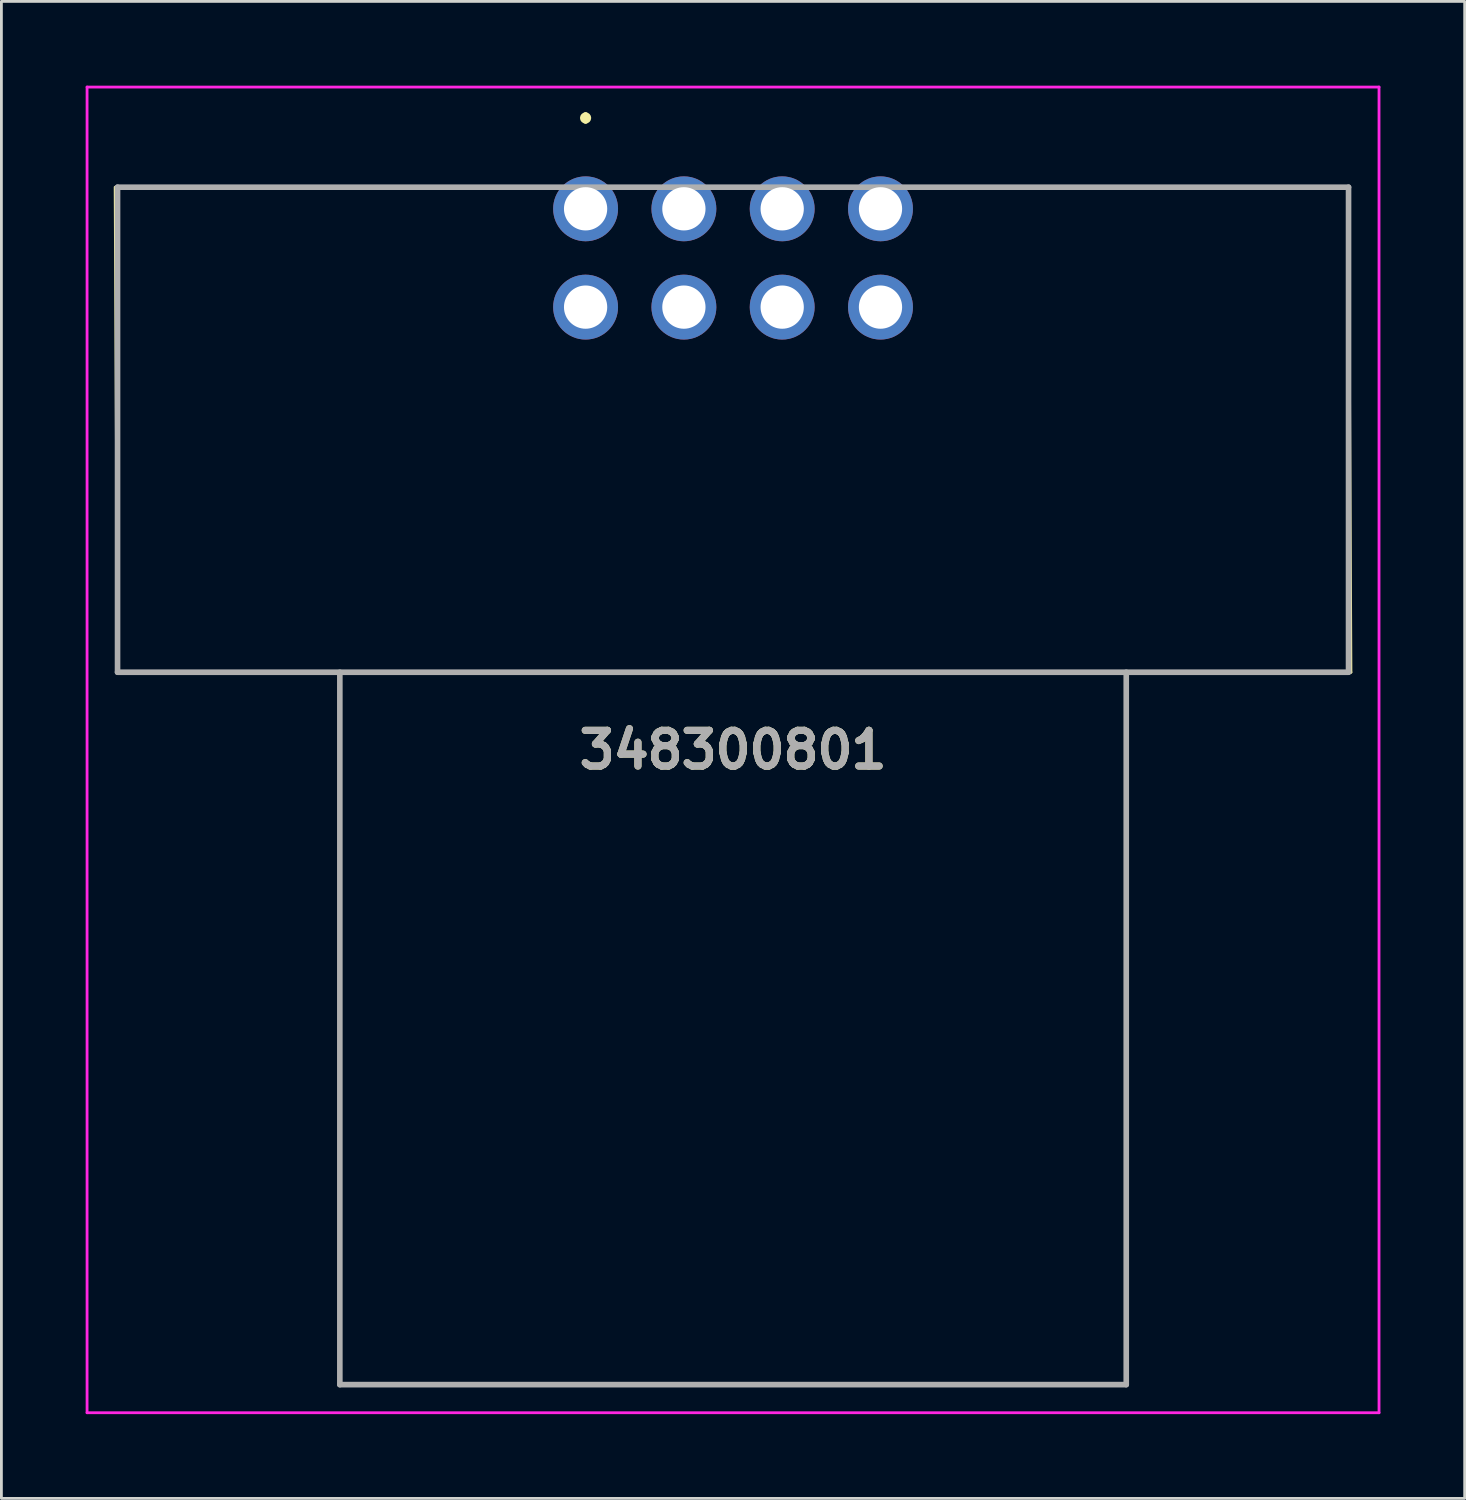
<source format=kicad_pcb>
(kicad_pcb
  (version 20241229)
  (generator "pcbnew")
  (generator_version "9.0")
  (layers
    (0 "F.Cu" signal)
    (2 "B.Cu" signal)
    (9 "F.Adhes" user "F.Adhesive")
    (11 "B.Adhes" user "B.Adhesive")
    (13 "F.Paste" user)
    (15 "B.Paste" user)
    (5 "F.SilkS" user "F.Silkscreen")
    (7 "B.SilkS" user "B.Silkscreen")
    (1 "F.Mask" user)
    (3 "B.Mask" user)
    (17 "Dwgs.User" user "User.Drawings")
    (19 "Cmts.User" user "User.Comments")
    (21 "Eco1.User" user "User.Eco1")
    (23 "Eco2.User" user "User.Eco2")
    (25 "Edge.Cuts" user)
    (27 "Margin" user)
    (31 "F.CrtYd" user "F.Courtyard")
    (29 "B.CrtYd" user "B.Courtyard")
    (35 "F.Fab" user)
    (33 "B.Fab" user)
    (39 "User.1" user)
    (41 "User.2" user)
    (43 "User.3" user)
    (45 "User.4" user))
  (footprint "348300801"
    (layer "F.Cu")
    (at 17.8 4.385)
    (property "Reference" "348300801" (at 5.25 19.265 0) (layer "F.SilkS") (effects (font (size 1.27 1.27) (thickness 0.254))))
    (attr through_hole)
    (fp_line (start -16.75 -0.77) (end -16.665 16.5) (stroke (width 0.1) (type solid)) (layer "F.SilkS"))
    (fp_line (start -16.665 16.5) (end 27.25 16.5) (stroke (width 0.1) (type solid)) (layer "F.SilkS"))
    (fp_line (start -8.75 16.5) (end -8.75 41.865) (stroke (width 0.1) (type solid)) (layer "F.SilkS"))
    (fp_line (start -8.75 41.865) (end 19.25 41.865) (stroke (width 0.1) (type solid)) (layer "F.SilkS"))
    (fp_line (start 0 -3.335) (end 0 -3.335) (stroke (width 0.2) (type solid)) (layer "F.SilkS"))
    (fp_line (start 0 -3.135) (end 0 -3.135) (stroke (width 0.2) (type solid)) (layer "F.SilkS"))
    (fp_line (start 19.25 41.865) (end 19.25 16.5) (stroke (width 0.1) (type solid)) (layer "F.SilkS"))
    (fp_line (start 27.25 16.5) (end 27.165 -0.77) (stroke (width 0.1) (type solid)) (layer "F.SilkS"))
    (fp_arc (start 0 -3.335) (mid 0.1 -3.235) (end 0 -3.135) (stroke (width 0.2) (type solid)) (layer "F.SilkS"))
    (fp_arc (start 0 -3.135) (mid -0.1 -3.235) (end 0 -3.335) (stroke (width 0.2) (type solid)) (layer "F.SilkS"))
    (fp_line (start -17.75 -4.335) (end 28.25 -4.335) (stroke (width 0.1) (type solid)) (layer "F.CrtYd"))
    (fp_line (start -17.75 42.865) (end -17.75 -4.335) (stroke (width 0.1) (type solid)) (layer "F.CrtYd"))
    (fp_line (start 28.25 -4.335) (end 28.25 42.865) (stroke (width 0.1) (type solid)) (layer "F.CrtYd"))
    (fp_line (start 28.25 42.865) (end -17.75 42.865) (stroke (width 0.1) (type solid)) (layer "F.CrtYd"))
    (fp_line (start -16.665 -0.77) (end 27.165 -0.77) (stroke (width 0.2) (type solid)) (layer "F.Fab"))
    (fp_line (start -16.665 16.5) (end -16.665 -0.77) (stroke (width 0.2) (type solid)) (layer "F.Fab"))
    (fp_line (start -8.75 16.5) (end -8.75 41.865) (stroke (width 0.2) (type solid)) (layer "F.Fab"))
    (fp_line (start -8.75 41.865) (end 19.25 41.865) (stroke (width 0.2) (type solid)) (layer "F.Fab"))
    (fp_line (start 19.25 41.865) (end 19.25 16.5) (stroke (width 0.2) (type solid)) (layer "F.Fab"))
    (fp_line (start 27.165 -0.77) (end 27.165 16.5) (stroke (width 0.2) (type solid)) (layer "F.Fab"))
    (fp_line (start 27.165 16.5) (end -16.665 16.5) (stroke (width 0.2) (type solid)) (layer "F.Fab"))
    (fp_text user "${REFERENCE}" (at 5.25 19.265 0) (layer "F.Fab") (effects (font (size 1.27 1.27) (thickness 0.254))))
    (pad "" np_thru_hole circle (at -7 2.46) (size 0.001 0.001) (drill 4.05) (layers "*.Cu" "*.Mask"))
    (pad "" np_thru_hole circle (at 17.5 2.46) (size 0.001 0.001) (drill 4.05) (layers "*.Cu" "*.Mask"))
    (pad "1" thru_hole circle (at 0 0) (size 2.31 2.31) (drill 1.54) (layers "*.Cu" "*.Mask"))
    (pad "2" thru_hole circle (at 3.5 0) (size 2.31 2.31) (drill 1.54) (layers "*.Cu" "*.Mask"))
    (pad "3" thru_hole circle (at 7 0) (size 2.31 2.31) (drill 1.54) (layers "*.Cu" "*.Mask"))
    (pad "4" thru_hole circle (at 10.5 0) (size 2.31 2.31) (drill 1.54) (layers "*.Cu" "*.Mask"))
    (pad "5" thru_hole circle (at 0 3.5) (size 2.31 2.31) (drill 1.54) (layers "*.Cu" "*.Mask"))
    (pad "6" thru_hole circle (at 3.5 3.5) (size 2.31 2.31) (drill 1.54) (layers "*.Cu" "*.Mask"))
    (pad "7" thru_hole circle (at 7 3.5) (size 2.31 2.31) (drill 1.54) (layers "*.Cu" "*.Mask"))
    (pad "8" thru_hole circle (at 10.5 3.5) (size 2.31 2.31) (drill 1.54) (layers "*.Cu" "*.Mask")))
  (gr_rect
    (start -3 -3)
    (end 49.1 50.3)
    (stroke (width 0.1) (type default))
    (fill no)
    (layer "Edge.Cuts")))
</source>
